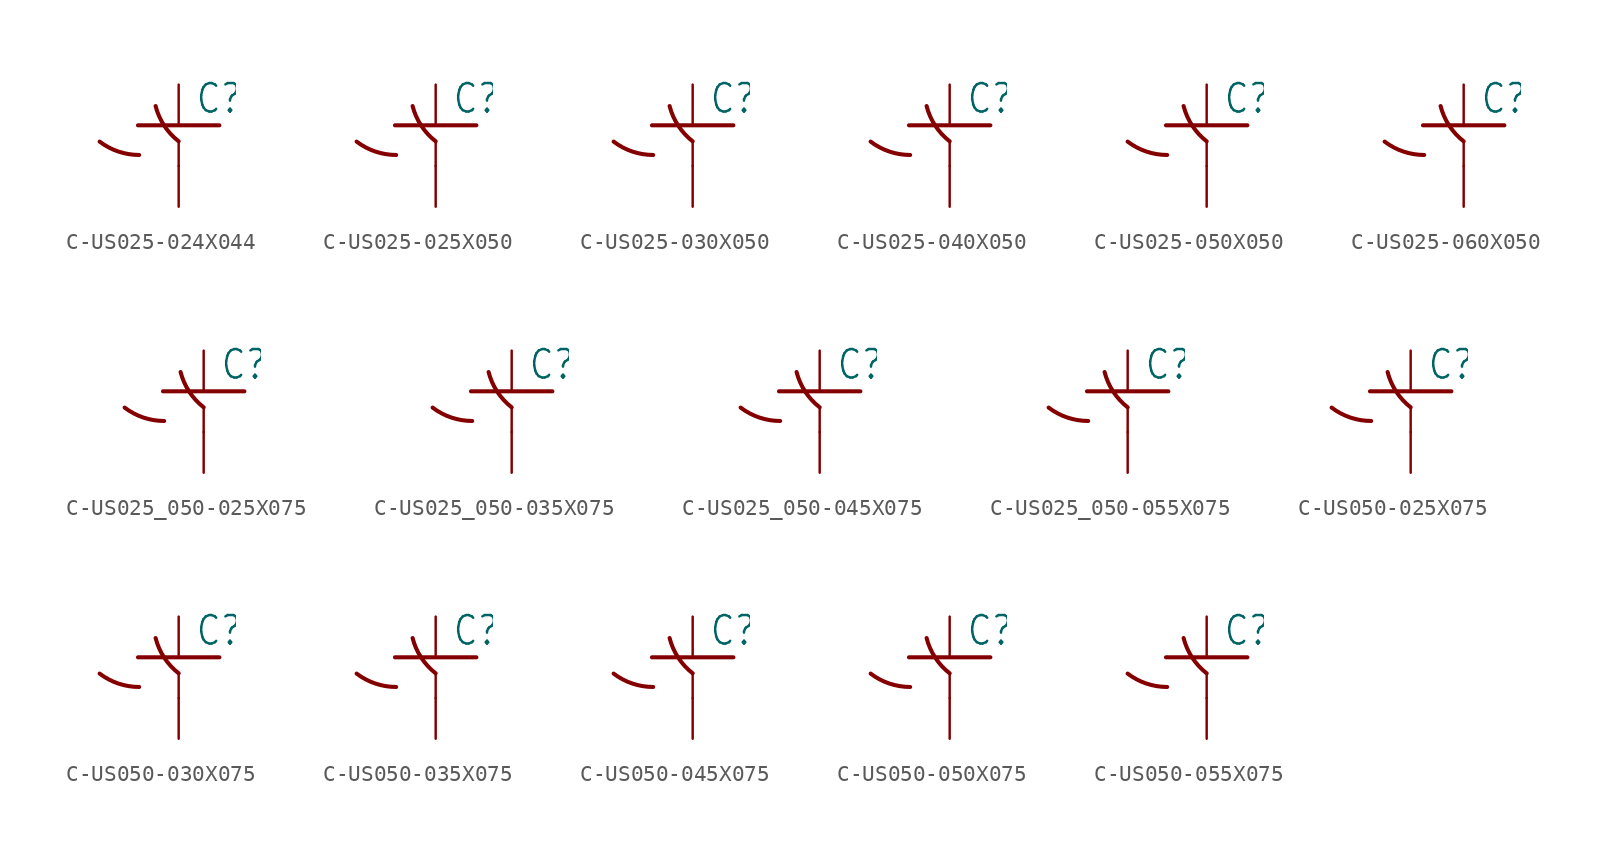
<source format=kicad_sym>
(kicad_symbol_lib
  (version 20241209)
  (generator "kicad_symbol_editor")
  (generator_version "9.0")
  (symbol "C-US025-024X044"
    (property "Reference" "C"
      (at 1.016 0.635 0)
      (effects (font (size 1.778 1.511)) (justify left bottom)))
    (property "Value" ""
      (at 1.016 -4.191 0)
      (effects (font (size 1.778 1.511)) (justify left bottom)))
    (property "ki_locked" ""
      (at 0 0 0)
      (effects (font (size 1.27 1.27))))
    (symbol "C-US025-024X044_1_0"
      (polyline (pts (xy -2.54 0) (xy 2.54 0)) (stroke (width 0.254) (type solid)) (fill (type none)))
      (arc (start -2.4668 -1.8504) (mid -3.7688 -1.6361) (end -4.9335 -1.016) (stroke (width 0.254) (type solid)) (fill (type none)))
      (polyline (pts (xy 0 -1.016) (xy 0 -2.54)) (stroke (width 0.152) (type solid)) (fill (type none)))
      (arc (start 0 -1) (mid -0.9038 -0.0189) (end -1.4403 1.2025) (stroke (width 0.254) (type solid)) (fill (type none)))
      (pin passive line (at 0 2.54 270) (length 2.54) (name "1" (effects (font (size 0 0)))) (number "1" (effects (font (size 0 0)))))
      (pin passive line (at 0 -5.08 90) (length 2.54) (name "2" (effects (font (size 0 0)))) (number "2" (effects (font (size 0 0)))))))
  (symbol "C-US025-025X050"
    (property "Reference" "C"
      (at 1.016 0.635 0)
      (effects (font (size 1.778 1.511)) (justify left bottom)))
    (property "Value" ""
      (at 1.016 -4.191 0)
      (effects (font (size 1.778 1.511)) (justify left bottom)))
    (property "ki_locked" ""
      (at 0 0 0)
      (effects (font (size 1.27 1.27))))
    (symbol "C-US025-025X050_1_0"
      (polyline (pts (xy -2.54 0) (xy 2.54 0)) (stroke (width 0.254) (type solid)) (fill (type none)))
      (arc (start -2.4668 -1.8504) (mid -3.7688 -1.6361) (end -4.9335 -1.016) (stroke (width 0.254) (type solid)) (fill (type none)))
      (polyline (pts (xy 0 -1.016) (xy 0 -2.54)) (stroke (width 0.152) (type solid)) (fill (type none)))
      (arc (start 0 -1) (mid -0.9038 -0.0189) (end -1.4403 1.2025) (stroke (width 0.254) (type solid)) (fill (type none)))
      (pin passive line (at 0 2.54 270) (length 2.54) (name "1" (effects (font (size 0 0)))) (number "1" (effects (font (size 0 0)))))
      (pin passive line (at 0 -5.08 90) (length 2.54) (name "2" (effects (font (size 0 0)))) (number "2" (effects (font (size 0 0)))))))
  (symbol "C-US025-030X050"
    (property "Reference" "C"
      (at 1.016 0.635 0)
      (effects (font (size 1.778 1.511)) (justify left bottom)))
    (property "Value" ""
      (at 1.016 -4.191 0)
      (effects (font (size 1.778 1.511)) (justify left bottom)))
    (property "ki_locked" ""
      (at 0 0 0)
      (effects (font (size 1.27 1.27))))
    (symbol "C-US025-030X050_1_0"
      (polyline (pts (xy -2.54 0) (xy 2.54 0)) (stroke (width 0.254) (type solid)) (fill (type none)))
      (arc (start -2.4668 -1.8504) (mid -3.7688 -1.6361) (end -4.9335 -1.016) (stroke (width 0.254) (type solid)) (fill (type none)))
      (polyline (pts (xy 0 -1.016) (xy 0 -2.54)) (stroke (width 0.152) (type solid)) (fill (type none)))
      (arc (start 0 -1) (mid -0.9038 -0.0189) (end -1.4403 1.2025) (stroke (width 0.254) (type solid)) (fill (type none)))
      (pin passive line (at 0 2.54 270) (length 2.54) (name "1" (effects (font (size 0 0)))) (number "1" (effects (font (size 0 0)))))
      (pin passive line (at 0 -5.08 90) (length 2.54) (name "2" (effects (font (size 0 0)))) (number "2" (effects (font (size 0 0)))))))
  (symbol "C-US025-040X050"
    (property "Reference" "C"
      (at 1.016 0.635 0)
      (effects (font (size 1.778 1.511)) (justify left bottom)))
    (property "Value" ""
      (at 1.016 -4.191 0)
      (effects (font (size 1.778 1.511)) (justify left bottom)))
    (property "ki_locked" ""
      (at 0 0 0)
      (effects (font (size 1.27 1.27))))
    (symbol "C-US025-040X050_1_0"
      (polyline (pts (xy -2.54 0) (xy 2.54 0)) (stroke (width 0.254) (type solid)) (fill (type none)))
      (arc (start -2.4668 -1.8504) (mid -3.7688 -1.6361) (end -4.9335 -1.016) (stroke (width 0.254) (type solid)) (fill (type none)))
      (polyline (pts (xy 0 -1.016) (xy 0 -2.54)) (stroke (width 0.152) (type solid)) (fill (type none)))
      (arc (start 0 -1) (mid -0.9038 -0.0189) (end -1.4403 1.2025) (stroke (width 0.254) (type solid)) (fill (type none)))
      (pin passive line (at 0 2.54 270) (length 2.54) (name "1" (effects (font (size 0 0)))) (number "1" (effects (font (size 0 0)))))
      (pin passive line (at 0 -5.08 90) (length 2.54) (name "2" (effects (font (size 0 0)))) (number "2" (effects (font (size 0 0)))))))
  (symbol "C-US025-050X050"
    (property "Reference" "C"
      (at 1.016 0.635 0)
      (effects (font (size 1.778 1.511)) (justify left bottom)))
    (property "Value" ""
      (at 1.016 -4.191 0)
      (effects (font (size 1.778 1.511)) (justify left bottom)))
    (property "ki_locked" ""
      (at 0 0 0)
      (effects (font (size 1.27 1.27))))
    (symbol "C-US025-050X050_1_0"
      (polyline (pts (xy -2.54 0) (xy 2.54 0)) (stroke (width 0.254) (type solid)) (fill (type none)))
      (arc (start -2.4668 -1.8504) (mid -3.7688 -1.6361) (end -4.9335 -1.016) (stroke (width 0.254) (type solid)) (fill (type none)))
      (polyline (pts (xy 0 -1.016) (xy 0 -2.54)) (stroke (width 0.152) (type solid)) (fill (type none)))
      (arc (start 0 -1) (mid -0.9038 -0.0189) (end -1.4403 1.2025) (stroke (width 0.254) (type solid)) (fill (type none)))
      (pin passive line (at 0 2.54 270) (length 2.54) (name "1" (effects (font (size 0 0)))) (number "1" (effects (font (size 0 0)))))
      (pin passive line (at 0 -5.08 90) (length 2.54) (name "2" (effects (font (size 0 0)))) (number "2" (effects (font (size 0 0)))))))
  (symbol "C-US025-060X050"
    (property "Reference" "C"
      (at 1.016 0.635 0)
      (effects (font (size 1.778 1.511)) (justify left bottom)))
    (property "Value" ""
      (at 1.016 -4.191 0)
      (effects (font (size 1.778 1.511)) (justify left bottom)))
    (property "ki_locked" ""
      (at 0 0 0)
      (effects (font (size 1.27 1.27))))
    (symbol "C-US025-060X050_1_0"
      (polyline (pts (xy -2.54 0) (xy 2.54 0)) (stroke (width 0.254) (type solid)) (fill (type none)))
      (arc (start -2.4668 -1.8504) (mid -3.7688 -1.6361) (end -4.9335 -1.016) (stroke (width 0.254) (type solid)) (fill (type none)))
      (polyline (pts (xy 0 -1.016) (xy 0 -2.54)) (stroke (width 0.152) (type solid)) (fill (type none)))
      (arc (start 0 -1) (mid -0.9038 -0.0189) (end -1.4403 1.2025) (stroke (width 0.254) (type solid)) (fill (type none)))
      (pin passive line (at 0 2.54 270) (length 2.54) (name "1" (effects (font (size 0 0)))) (number "1" (effects (font (size 0 0)))))
      (pin passive line (at 0 -5.08 90) (length 2.54) (name "2" (effects (font (size 0 0)))) (number "2" (effects (font (size 0 0)))))))
  (symbol "C-US025_050-025X075"
    (property "Reference" "C"
      (at 1.016 0.635 0)
      (effects (font (size 1.778 1.511)) (justify left bottom)))
    (property "Value" ""
      (at 1.016 -4.191 0)
      (effects (font (size 1.778 1.511)) (justify left bottom)))
    (property "ki_locked" ""
      (at 0 0 0)
      (effects (font (size 1.27 1.27))))
    (symbol "C-US025_050-025X075_1_0"
      (polyline (pts (xy -2.54 0) (xy 2.54 0)) (stroke (width 0.254) (type solid)) (fill (type none)))
      (arc (start -2.4668 -1.8504) (mid -3.7688 -1.6361) (end -4.9335 -1.016) (stroke (width 0.254) (type solid)) (fill (type none)))
      (polyline (pts (xy 0 -1.016) (xy 0 -2.54)) (stroke (width 0.152) (type solid)) (fill (type none)))
      (arc (start 0 -1) (mid -0.9038 -0.0189) (end -1.4403 1.2025) (stroke (width 0.254) (type solid)) (fill (type none)))
      (pin passive line (at 0 2.54 270) (length 2.54) (name "1" (effects (font (size 0 0)))) (number "1" (effects (font (size 0 0)))))
      (pin passive line (at 0 -5.08 90) (length 2.54) (name "2" (effects (font (size 0 0)))) (number "2" (effects (font (size 0 0)))))))
  (symbol "C-US025_050-035X075"
    (property "Reference" "C"
      (at 1.016 0.635 0)
      (effects (font (size 1.778 1.511)) (justify left bottom)))
    (property "Value" ""
      (at 1.016 -4.191 0)
      (effects (font (size 1.778 1.511)) (justify left bottom)))
    (property "ki_locked" ""
      (at 0 0 0)
      (effects (font (size 1.27 1.27))))
    (symbol "C-US025_050-035X075_1_0"
      (polyline (pts (xy -2.54 0) (xy 2.54 0)) (stroke (width 0.254) (type solid)) (fill (type none)))
      (arc (start -2.4668 -1.8504) (mid -3.7688 -1.6361) (end -4.9335 -1.016) (stroke (width 0.254) (type solid)) (fill (type none)))
      (polyline (pts (xy 0 -1.016) (xy 0 -2.54)) (stroke (width 0.152) (type solid)) (fill (type none)))
      (arc (start 0 -1) (mid -0.9038 -0.0189) (end -1.4403 1.2025) (stroke (width 0.254) (type solid)) (fill (type none)))
      (pin passive line (at 0 2.54 270) (length 2.54) (name "1" (effects (font (size 0 0)))) (number "1" (effects (font (size 0 0)))))
      (pin passive line (at 0 -5.08 90) (length 2.54) (name "2" (effects (font (size 0 0)))) (number "2" (effects (font (size 0 0)))))))
  (symbol "C-US025_050-045X075"
    (property "Reference" "C"
      (at 1.016 0.635 0)
      (effects (font (size 1.778 1.511)) (justify left bottom)))
    (property "Value" ""
      (at 1.016 -4.191 0)
      (effects (font (size 1.778 1.511)) (justify left bottom)))
    (property "ki_locked" ""
      (at 0 0 0)
      (effects (font (size 1.27 1.27))))
    (symbol "C-US025_050-045X075_1_0"
      (polyline (pts (xy -2.54 0) (xy 2.54 0)) (stroke (width 0.254) (type solid)) (fill (type none)))
      (arc (start -2.4668 -1.8504) (mid -3.7688 -1.6361) (end -4.9335 -1.016) (stroke (width 0.254) (type solid)) (fill (type none)))
      (polyline (pts (xy 0 -1.016) (xy 0 -2.54)) (stroke (width 0.152) (type solid)) (fill (type none)))
      (arc (start 0 -1) (mid -0.9038 -0.0189) (end -1.4403 1.2025) (stroke (width 0.254) (type solid)) (fill (type none)))
      (pin passive line (at 0 2.54 270) (length 2.54) (name "1" (effects (font (size 0 0)))) (number "1" (effects (font (size 0 0)))))
      (pin passive line (at 0 -5.08 90) (length 2.54) (name "2" (effects (font (size 0 0)))) (number "2" (effects (font (size 0 0)))))))
  (symbol "C-US025_050-055X075"
    (property "Reference" "C"
      (at 1.016 0.635 0)
      (effects (font (size 1.778 1.511)) (justify left bottom)))
    (property "Value" ""
      (at 1.016 -4.191 0)
      (effects (font (size 1.778 1.511)) (justify left bottom)))
    (property "ki_locked" ""
      (at 0 0 0)
      (effects (font (size 1.27 1.27))))
    (symbol "C-US025_050-055X075_1_0"
      (polyline (pts (xy -2.54 0) (xy 2.54 0)) (stroke (width 0.254) (type solid)) (fill (type none)))
      (arc (start -2.4668 -1.8504) (mid -3.7688 -1.6361) (end -4.9335 -1.016) (stroke (width 0.254) (type solid)) (fill (type none)))
      (polyline (pts (xy 0 -1.016) (xy 0 -2.54)) (stroke (width 0.152) (type solid)) (fill (type none)))
      (arc (start 0 -1) (mid -0.9038 -0.0189) (end -1.4403 1.2025) (stroke (width 0.254) (type solid)) (fill (type none)))
      (pin passive line (at 0 2.54 270) (length 2.54) (name "1" (effects (font (size 0 0)))) (number "1" (effects (font (size 0 0)))))
      (pin passive line (at 0 -5.08 90) (length 2.54) (name "2" (effects (font (size 0 0)))) (number "2" (effects (font (size 0 0)))))))
  (symbol "C-US050-025X075"
    (property "Reference" "C"
      (at 1.016 0.635 0)
      (effects (font (size 1.778 1.511)) (justify left bottom)))
    (property "Value" ""
      (at 1.016 -4.191 0)
      (effects (font (size 1.778 1.511)) (justify left bottom)))
    (property "ki_locked" ""
      (at 0 0 0)
      (effects (font (size 1.27 1.27))))
    (symbol "C-US050-025X075_1_0"
      (polyline (pts (xy -2.54 0) (xy 2.54 0)) (stroke (width 0.254) (type solid)) (fill (type none)))
      (arc (start -2.4668 -1.8504) (mid -3.7688 -1.6361) (end -4.9335 -1.016) (stroke (width 0.254) (type solid)) (fill (type none)))
      (polyline (pts (xy 0 -1.016) (xy 0 -2.54)) (stroke (width 0.152) (type solid)) (fill (type none)))
      (arc (start 0 -1) (mid -0.9038 -0.0189) (end -1.4403 1.2025) (stroke (width 0.254) (type solid)) (fill (type none)))
      (pin passive line (at 0 2.54 270) (length 2.54) (name "1" (effects (font (size 0 0)))) (number "1" (effects (font (size 0 0)))))
      (pin passive line (at 0 -5.08 90) (length 2.54) (name "2" (effects (font (size 0 0)))) (number "2" (effects (font (size 0 0)))))))
  (symbol "C-US050-030X075"
    (property "Reference" "C"
      (at 1.016 0.635 0)
      (effects (font (size 1.778 1.511)) (justify left bottom)))
    (property "Value" ""
      (at 1.016 -4.191 0)
      (effects (font (size 1.778 1.511)) (justify left bottom)))
    (property "ki_locked" ""
      (at 0 0 0)
      (effects (font (size 1.27 1.27))))
    (symbol "C-US050-030X075_1_0"
      (polyline (pts (xy -2.54 0) (xy 2.54 0)) (stroke (width 0.254) (type solid)) (fill (type none)))
      (arc (start -2.4668 -1.8504) (mid -3.7688 -1.6361) (end -4.9335 -1.016) (stroke (width 0.254) (type solid)) (fill (type none)))
      (polyline (pts (xy 0 -1.016) (xy 0 -2.54)) (stroke (width 0.152) (type solid)) (fill (type none)))
      (arc (start 0 -1) (mid -0.9038 -0.0189) (end -1.4403 1.2025) (stroke (width 0.254) (type solid)) (fill (type none)))
      (pin passive line (at 0 2.54 270) (length 2.54) (name "1" (effects (font (size 0 0)))) (number "1" (effects (font (size 0 0)))))
      (pin passive line (at 0 -5.08 90) (length 2.54) (name "2" (effects (font (size 0 0)))) (number "2" (effects (font (size 0 0)))))))
  (symbol "C-US050-035X075"
    (property "Reference" "C"
      (at 1.016 0.635 0)
      (effects (font (size 1.778 1.511)) (justify left bottom)))
    (property "Value" ""
      (at 1.016 -4.191 0)
      (effects (font (size 1.778 1.511)) (justify left bottom)))
    (property "ki_locked" ""
      (at 0 0 0)
      (effects (font (size 1.27 1.27))))
    (symbol "C-US050-035X075_1_0"
      (polyline (pts (xy -2.54 0) (xy 2.54 0)) (stroke (width 0.254) (type solid)) (fill (type none)))
      (arc (start -2.4668 -1.8504) (mid -3.7688 -1.6361) (end -4.9335 -1.016) (stroke (width 0.254) (type solid)) (fill (type none)))
      (polyline (pts (xy 0 -1.016) (xy 0 -2.54)) (stroke (width 0.152) (type solid)) (fill (type none)))
      (arc (start 0 -1) (mid -0.9038 -0.0189) (end -1.4403 1.2025) (stroke (width 0.254) (type solid)) (fill (type none)))
      (pin passive line (at 0 2.54 270) (length 2.54) (name "1" (effects (font (size 0 0)))) (number "1" (effects (font (size 0 0)))))
      (pin passive line (at 0 -5.08 90) (length 2.54) (name "2" (effects (font (size 0 0)))) (number "2" (effects (font (size 0 0)))))))
  (symbol "C-US050-045X075"
    (property "Reference" "C"
      (at 1.016 0.635 0)
      (effects (font (size 1.778 1.511)) (justify left bottom)))
    (property "Value" ""
      (at 1.016 -4.191 0)
      (effects (font (size 1.778 1.511)) (justify left bottom)))
    (property "ki_locked" ""
      (at 0 0 0)
      (effects (font (size 1.27 1.27))))
    (symbol "C-US050-045X075_1_0"
      (polyline (pts (xy -2.54 0) (xy 2.54 0)) (stroke (width 0.254) (type solid)) (fill (type none)))
      (arc (start -2.4668 -1.8504) (mid -3.7688 -1.6361) (end -4.9335 -1.016) (stroke (width 0.254) (type solid)) (fill (type none)))
      (polyline (pts (xy 0 -1.016) (xy 0 -2.54)) (stroke (width 0.152) (type solid)) (fill (type none)))
      (arc (start 0 -1) (mid -0.9038 -0.0189) (end -1.4403 1.2025) (stroke (width 0.254) (type solid)) (fill (type none)))
      (pin passive line (at 0 2.54 270) (length 2.54) (name "1" (effects (font (size 0 0)))) (number "1" (effects (font (size 0 0)))))
      (pin passive line (at 0 -5.08 90) (length 2.54) (name "2" (effects (font (size 0 0)))) (number "2" (effects (font (size 0 0)))))))
  (symbol "C-US050-050X075"
    (property "Reference" "C"
      (at 1.016 0.635 0)
      (effects (font (size 1.778 1.511)) (justify left bottom)))
    (property "Value" ""
      (at 1.016 -4.191 0)
      (effects (font (size 1.778 1.511)) (justify left bottom)))
    (property "ki_locked" ""
      (at 0 0 0)
      (effects (font (size 1.27 1.27))))
    (symbol "C-US050-050X075_1_0"
      (polyline (pts (xy -2.54 0) (xy 2.54 0)) (stroke (width 0.254) (type solid)) (fill (type none)))
      (arc (start -2.4668 -1.8504) (mid -3.7688 -1.6361) (end -4.9335 -1.016) (stroke (width 0.254) (type solid)) (fill (type none)))
      (polyline (pts (xy 0 -1.016) (xy 0 -2.54)) (stroke (width 0.152) (type solid)) (fill (type none)))
      (arc (start 0 -1) (mid -0.9038 -0.0189) (end -1.4403 1.2025) (stroke (width 0.254) (type solid)) (fill (type none)))
      (pin passive line (at 0 2.54 270) (length 2.54) (name "1" (effects (font (size 0 0)))) (number "1" (effects (font (size 0 0)))))
      (pin passive line (at 0 -5.08 90) (length 2.54) (name "2" (effects (font (size 0 0)))) (number "2" (effects (font (size 0 0)))))))
  (symbol "C-US050-055X075"
    (property "Reference" "C"
      (at 1.016 0.635 0)
      (effects (font (size 1.778 1.511)) (justify left bottom)))
    (property "Value" ""
      (at 1.016 -4.191 0)
      (effects (font (size 1.778 1.511)) (justify left bottom)))
    (property "ki_locked" ""
      (at 0 0 0)
      (effects (font (size 1.27 1.27))))
    (symbol "C-US050-055X075_1_0"
      (polyline (pts (xy -2.54 0) (xy 2.54 0)) (stroke (width 0.254) (type solid)) (fill (type none)))
      (arc (start -2.4668 -1.8504) (mid -3.7688 -1.6361) (end -4.9335 -1.016) (stroke (width 0.254) (type solid)) (fill (type none)))
      (polyline (pts (xy 0 -1.016) (xy 0 -2.54)) (stroke (width 0.152) (type solid)) (fill (type none)))
      (arc (start 0 -1) (mid -0.9038 -0.0189) (end -1.4403 1.2025) (stroke (width 0.254) (type solid)) (fill (type none)))
      (pin passive line (at 0 2.54 270) (length 2.54) (name "1" (effects (font (size 0 0)))) (number "1" (effects (font (size 0 0)))))
      (pin passive line (at 0 -5.08 90) (length 2.54) (name "2" (effects (font (size 0 0)))) (number "2" (effects (font (size 0 0))))))))
</source>
